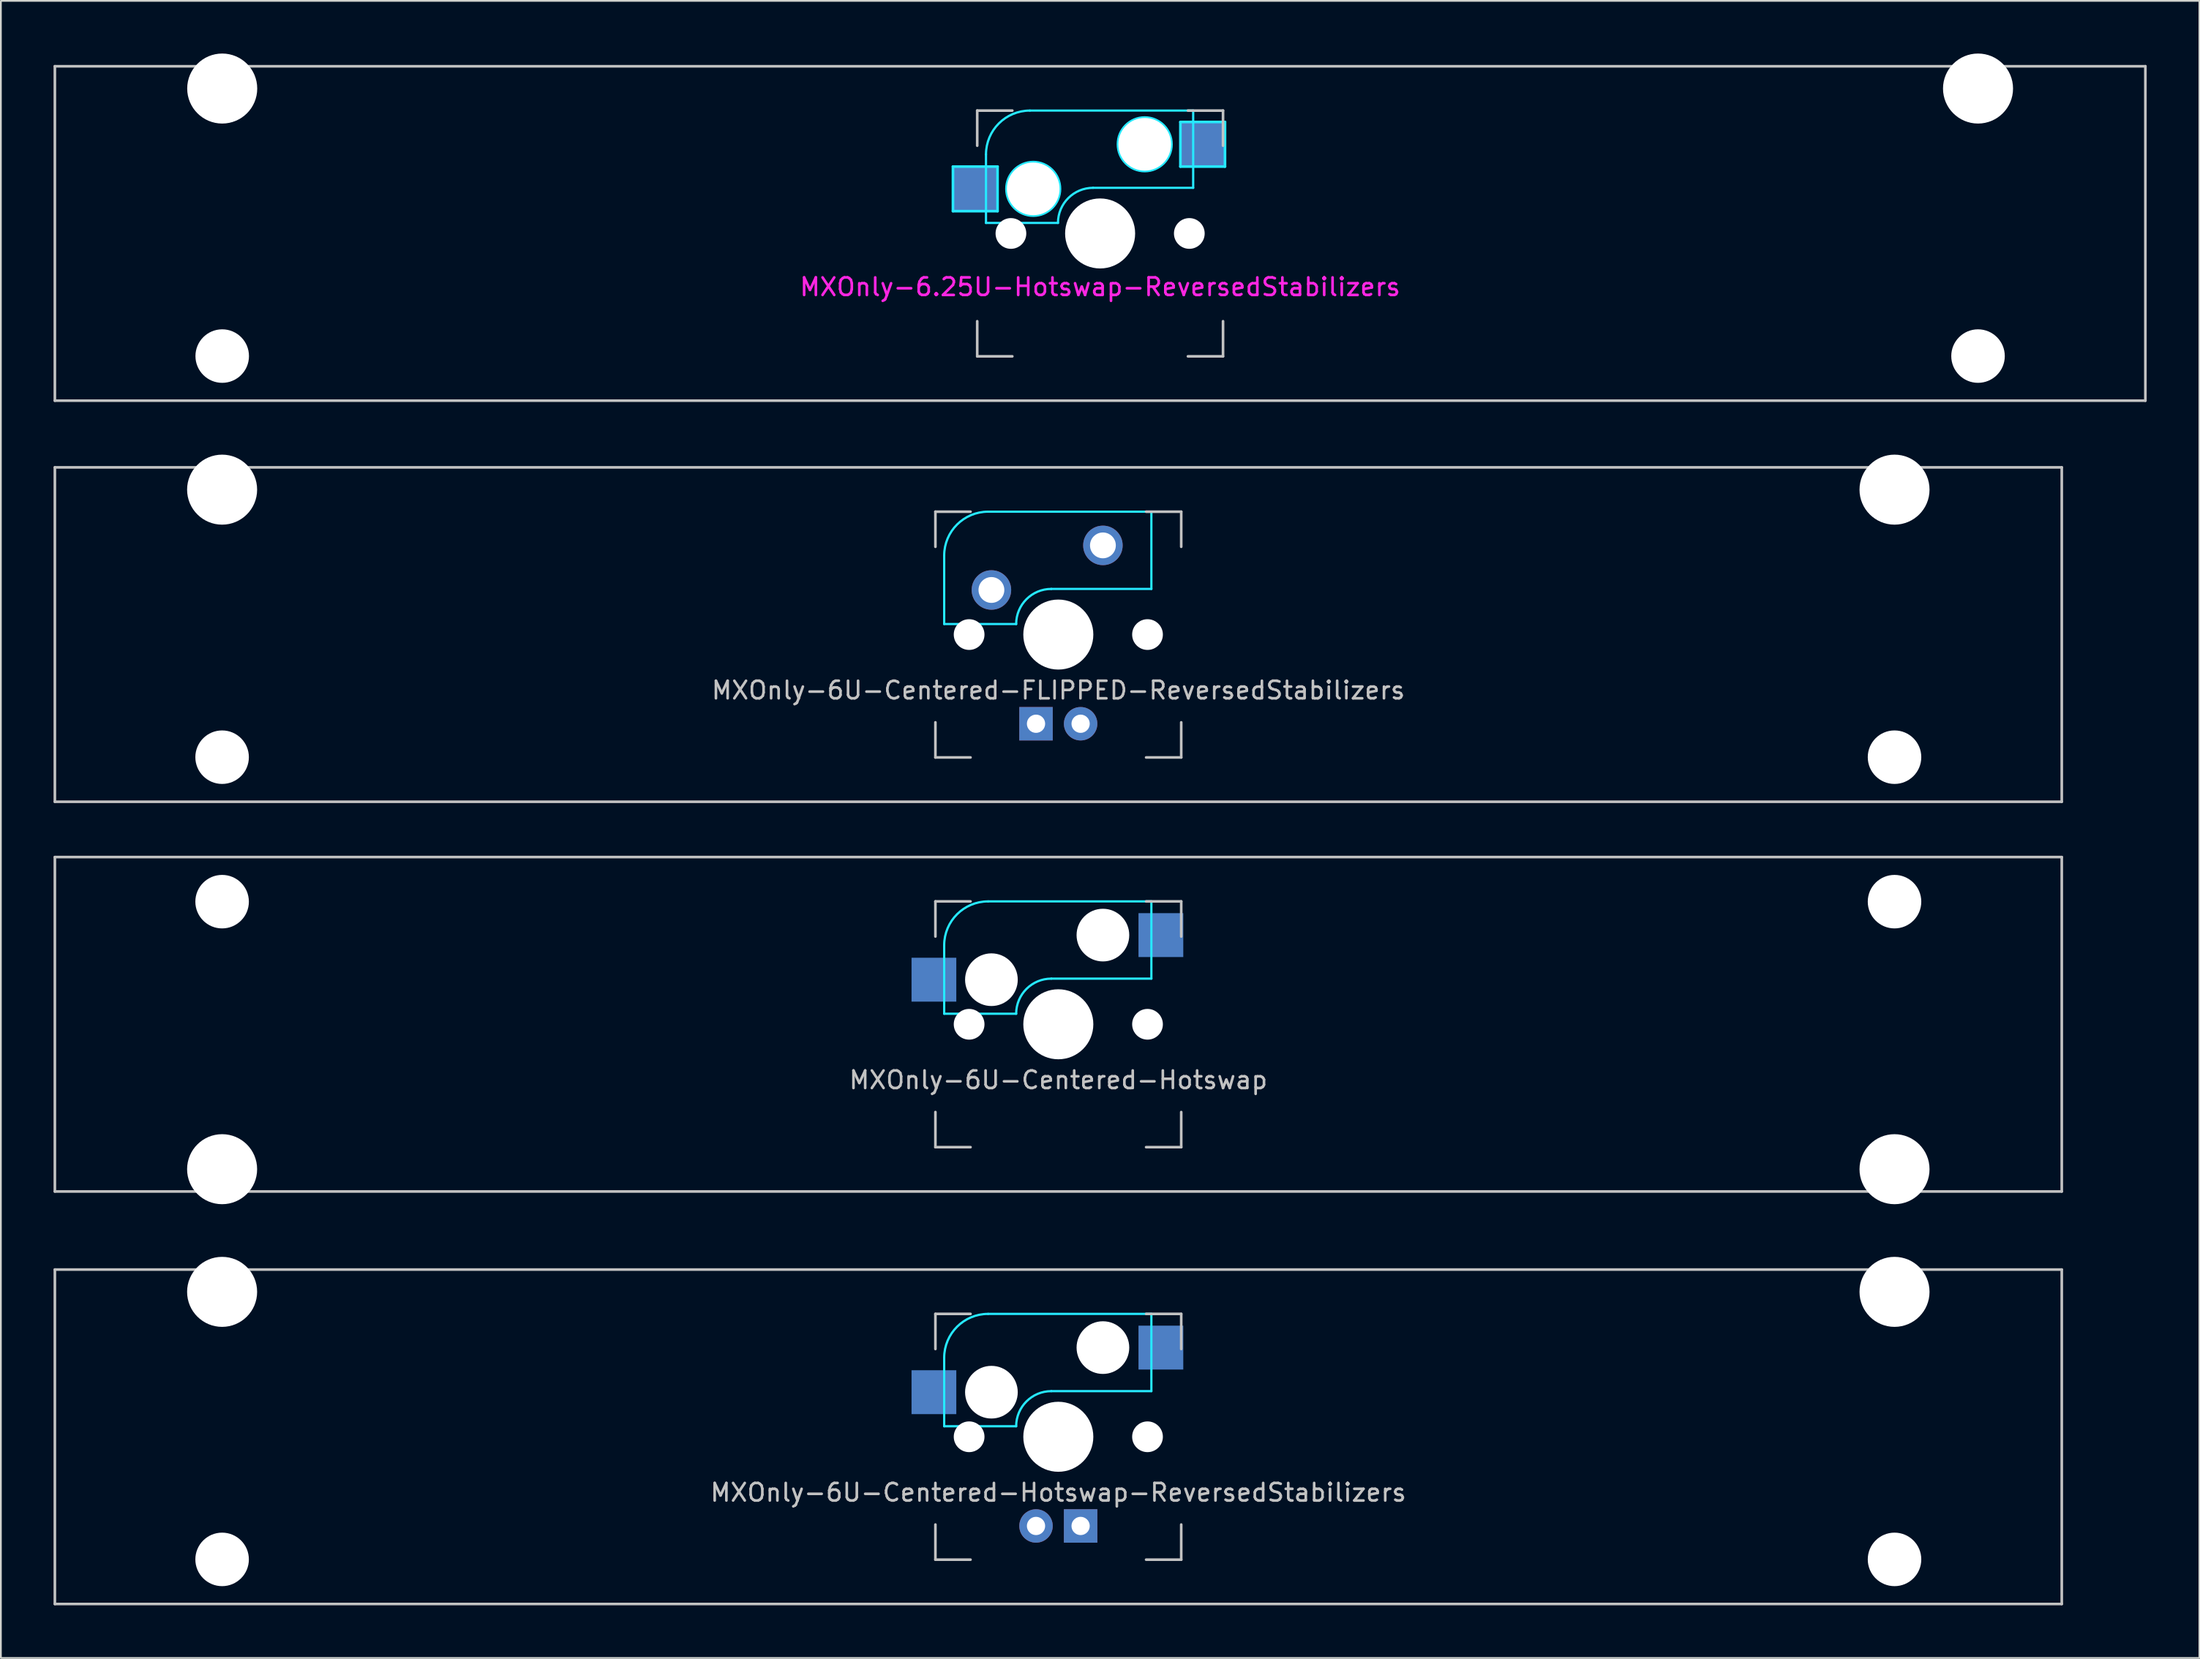
<source format=kicad_pcb>
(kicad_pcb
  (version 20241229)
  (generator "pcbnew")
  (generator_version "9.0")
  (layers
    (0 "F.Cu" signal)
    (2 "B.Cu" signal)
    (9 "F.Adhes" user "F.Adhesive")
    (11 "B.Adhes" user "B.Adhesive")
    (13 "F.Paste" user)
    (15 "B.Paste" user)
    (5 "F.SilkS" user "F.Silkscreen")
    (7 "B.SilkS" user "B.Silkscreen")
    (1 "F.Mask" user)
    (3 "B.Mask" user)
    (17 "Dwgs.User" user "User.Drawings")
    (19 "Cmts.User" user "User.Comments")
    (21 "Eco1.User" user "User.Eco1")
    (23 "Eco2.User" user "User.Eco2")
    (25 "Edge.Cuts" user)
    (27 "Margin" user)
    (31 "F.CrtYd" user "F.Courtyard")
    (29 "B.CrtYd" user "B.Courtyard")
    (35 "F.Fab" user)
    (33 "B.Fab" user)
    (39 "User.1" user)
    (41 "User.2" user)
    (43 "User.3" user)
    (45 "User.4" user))
  (footprint "MXOnly-6U-Centered-Hotswap"
    (layer "F.Cu")
    (at 57.225 55.298)
    (property "Reference" "MXOnly-6U-Centered-Hotswap" (at 0 3.175 0) (layer "Dwgs.User") (effects (font (size 1 1) (thickness 0.15))))
    (attr through_hole)
    (fp_line (start -57.15 -9.525) (end 57.15 -9.525) (stroke (width 0.15) (type solid)) (layer "Dwgs.User"))
    (fp_line (start -57.15 9.525) (end -57.15 -9.525) (stroke (width 0.15) (type solid)) (layer "Dwgs.User"))
    (fp_line (start -57.15 9.525) (end 57.15 9.525) (stroke (width 0.15) (type solid)) (layer "Dwgs.User"))
    (fp_line (start -7 -7) (end -7 -5) (stroke (width 0.15) (type solid)) (layer "Dwgs.User"))
    (fp_line (start -7 5) (end -7 7) (stroke (width 0.15) (type solid)) (layer "Dwgs.User"))
    (fp_line (start -7 7) (end -5 7) (stroke (width 0.15) (type solid)) (layer "Dwgs.User"))
    (fp_line (start -5 -7) (end -7 -7) (stroke (width 0.15) (type solid)) (layer "Dwgs.User"))
    (fp_line (start 5 -7) (end 7 -7) (stroke (width 0.15) (type solid)) (layer "Dwgs.User"))
    (fp_line (start 5 7) (end 7 7) (stroke (width 0.15) (type solid)) (layer "Dwgs.User"))
    (fp_line (start 7 -7) (end 7 -5) (stroke (width 0.15) (type solid)) (layer "Dwgs.User"))
    (fp_line (start 7 7) (end 7 5) (stroke (width 0.15) (type solid)) (layer "Dwgs.User"))
    (fp_line (start 57.15 -9.525) (end 57.15 9.525) (stroke (width 0.15) (type solid)) (layer "Dwgs.User"))
    (fp_line (start -6.5 -4.5) (end -6.5 -0.6) (stroke (width 0.127) (type solid)) (layer "B.CrtYd"))
    (fp_line (start -6.5 -0.6) (end -2.4 -0.6) (stroke (width 0.127) (type solid)) (layer "B.CrtYd"))
    (fp_line (start -0.4 -2.6) (end 5.3 -2.6) (stroke (width 0.127) (type solid)) (layer "B.CrtYd"))
    (fp_line (start 5.3 -7) (end -4 -7) (stroke (width 0.127) (type solid)) (layer "B.CrtYd"))
    (fp_line (start 5.3 -7) (end 5.3 -2.6) (stroke (width 0.127) (type solid)) (layer "B.CrtYd"))
    (fp_arc (start -6.5 -4.5) (mid -5.767767 -6.267767) (end -4 -7) (stroke (width 0.127) (type solid)) (layer "B.CrtYd"))
    (fp_arc (start -2.4 -0.6) (mid -1.814214 -2.014214) (end -0.4 -2.6) (stroke (width 0.127) (type solid)) (layer "B.CrtYd"))
    (pad "" np_thru_hole circle (at -47.625 -6.985) (size 3.048 3.048) (drill 3.048) (layers "*.Cu" "*.Mask"))
    (pad "" np_thru_hole circle (at -47.625 8.255) (size 3.988 3.988) (drill 3.988) (layers "*.Cu" "*.Mask"))
    (pad "" np_thru_hole circle (at -5.08 0 48.1) (size 1.75 1.75) (drill 1.75) (layers "*.Cu" "*.Mask"))
    (pad "" np_thru_hole circle (at -3.81 -2.54) (size 3 3) (drill 3) (layers "*.Cu" "*.Mask"))
    (pad "" np_thru_hole circle (at 0 0) (size 3.988 3.988) (drill 3.988) (layers "*.Cu" "*.Mask"))
    (pad "" np_thru_hole circle (at 2.54 -5.08) (size 3 3) (drill 3) (layers "*.Cu" "*.Mask"))
    (pad "" np_thru_hole circle (at 5.08 0 48.1) (size 1.75 1.75) (drill 1.75) (layers "*.Cu" "*.Mask"))
    (pad "" np_thru_hole circle (at 47.625 -6.985) (size 3.048 3.048) (drill 3.048) (layers "*.Cu" "*.Mask"))
    (pad "" np_thru_hole circle (at 47.625 8.255) (size 3.988 3.988) (drill 3.988) (layers "*.Cu" "*.Mask"))
    (pad "1" smd rect (at -7.085 -2.54) (size 2.55 2.5) (layers "B.Cu" "B.Mask" "B.Paste"))
    (pad "2" smd rect (at 5.842 -5.08) (size 2.55 2.5) (layers "B.Cu" "B.Mask" "B.Paste")))
  (footprint "MXOnly-6U-Centered-Hotswap-ReversedStabilizers"
    (layer "F.Cu")
    (at 57.225 78.796)
    (property "Reference" "MXOnly-6U-Centered-Hotswap-ReversedStabilizers" (at 0 3.175 0) (layer "Dwgs.User") (effects (font (size 1 1) (thickness 0.15))))
    (attr through_hole)
    (fp_line (start -57.15 -9.525) (end 57.15 -9.525) (stroke (width 0.15) (type solid)) (layer "Dwgs.User"))
    (fp_line (start -57.15 9.525) (end -57.15 -9.525) (stroke (width 0.15) (type solid)) (layer "Dwgs.User"))
    (fp_line (start -57.15 9.525) (end 57.15 9.525) (stroke (width 0.15) (type solid)) (layer "Dwgs.User"))
    (fp_line (start -7 -7) (end -7 -5) (stroke (width 0.15) (type solid)) (layer "Dwgs.User"))
    (fp_line (start -7 5) (end -7 7) (stroke (width 0.15) (type solid)) (layer "Dwgs.User"))
    (fp_line (start -7 7) (end -5 7) (stroke (width 0.15) (type solid)) (layer "Dwgs.User"))
    (fp_line (start -5 -7) (end -7 -7) (stroke (width 0.15) (type solid)) (layer "Dwgs.User"))
    (fp_line (start 5 -7) (end 7 -7) (stroke (width 0.15) (type solid)) (layer "Dwgs.User"))
    (fp_line (start 5 7) (end 7 7) (stroke (width 0.15) (type solid)) (layer "Dwgs.User"))
    (fp_line (start 7 -7) (end 7 -5) (stroke (width 0.15) (type solid)) (layer "Dwgs.User"))
    (fp_line (start 7 7) (end 7 5) (stroke (width 0.15) (type solid)) (layer "Dwgs.User"))
    (fp_line (start 57.15 -9.525) (end 57.15 9.525) (stroke (width 0.15) (type solid)) (layer "Dwgs.User"))
    (fp_line (start -6.5 -4.5) (end -6.5 -0.6) (stroke (width 0.127) (type solid)) (layer "B.CrtYd"))
    (fp_line (start -6.5 -0.6) (end -2.4 -0.6) (stroke (width 0.127) (type solid)) (layer "B.CrtYd"))
    (fp_line (start -0.4 -2.6) (end 5.3 -2.6) (stroke (width 0.127) (type solid)) (layer "B.CrtYd"))
    (fp_line (start 5.3 -7) (end -4 -7) (stroke (width 0.127) (type solid)) (layer "B.CrtYd"))
    (fp_line (start 5.3 -7) (end 5.3 -2.6) (stroke (width 0.127) (type solid)) (layer "B.CrtYd"))
    (fp_arc (start -6.5 -4.5) (mid -5.767767 -6.267767) (end -4 -7) (stroke (width 0.127) (type solid)) (layer "B.CrtYd"))
    (fp_arc (start -2.4 -0.6) (mid -1.814214 -2.014214) (end -0.4 -2.6) (stroke (width 0.127) (type solid)) (layer "B.CrtYd"))
    (pad "" np_thru_hole circle (at -47.625 -8.255) (size 3.988 3.988) (drill 3.988) (layers "*.Cu" "*.Mask"))
    (pad "" np_thru_hole circle (at -47.625 6.985) (size 3.048 3.048) (drill 3.048) (layers "*.Cu" "*.Mask"))
    (pad "" np_thru_hole circle (at -5.08 0 48.1) (size 1.75 1.75) (drill 1.75) (layers "*.Cu" "*.Mask"))
    (pad "" np_thru_hole circle (at -3.81 -2.54) (size 3 3) (drill 3) (layers "*.Cu" "*.Mask"))
    (pad "" np_thru_hole circle (at 0 0) (size 3.988 3.988) (drill 3.988) (layers "*.Cu" "*.Mask"))
    (pad "" np_thru_hole circle (at 2.54 -5.08) (size 3 3) (drill 3) (layers "*.Cu" "*.Mask"))
    (pad "" np_thru_hole circle (at 5.08 0 48.1) (size 1.75 1.75) (drill 1.75) (layers "*.Cu" "*.Mask"))
    (pad "" np_thru_hole circle (at 47.625 -8.255) (size 3.988 3.988) (drill 3.988) (layers "*.Cu" "*.Mask"))
    (pad "" np_thru_hole circle (at 47.625 6.985) (size 3.048 3.048) (drill 3.048) (layers "*.Cu" "*.Mask"))
    (pad "1" smd rect (at -7.085 -2.54) (size 2.55 2.5) (layers "B.Cu" "B.Mask" "B.Paste"))
    (pad "2" smd rect (at 5.842 -5.08) (size 2.55 2.5) (layers "B.Cu" "B.Mask" "B.Paste"))
    (pad "3" thru_hole circle (at -1.27 5.08) (size 1.905 1.905) (drill 1.04) (layers "*.Cu" "B.Mask"))
    (pad "4" thru_hole rect (at 1.27 5.08) (size 1.905 1.905) (drill 1.04) (layers "*.Cu" "B.Mask")))
  (footprint "MXOnly-6.25U-Hotswap-ReversedStabilizers"
    (layer "F.Cu")
    (at 59.606 10.249)
    (property "Reference" "MXOnly-6.25U-Hotswap-ReversedStabilizers" (at 0 3.048 0) (layer "F.CrtYd") (effects (font (size 1 1) (thickness 0.15))))
    (attr smd)
    (fp_line (start -59.531 -9.525) (end 59.531 -9.525) (stroke (width 0.15) (type solid)) (layer "Dwgs.User"))
    (fp_line (start -59.531 9.525) (end -59.531 -9.525) (stroke (width 0.15) (type solid)) (layer "Dwgs.User"))
    (fp_line (start -7 -7) (end -7 -5) (stroke (width 0.15) (type solid)) (layer "Dwgs.User"))
    (fp_line (start -7 5) (end -7 7) (stroke (width 0.15) (type solid)) (layer "Dwgs.User"))
    (fp_line (start -7 7) (end -5 7) (stroke (width 0.15) (type solid)) (layer "Dwgs.User"))
    (fp_line (start -5 -7) (end -7 -7) (stroke (width 0.15) (type solid)) (layer "Dwgs.User"))
    (fp_line (start 5 -7) (end 7 -7) (stroke (width 0.15) (type solid)) (layer "Dwgs.User"))
    (fp_line (start 5 7) (end 7 7) (stroke (width 0.15) (type solid)) (layer "Dwgs.User"))
    (fp_line (start 7 -7) (end 7 -5) (stroke (width 0.15) (type solid)) (layer "Dwgs.User"))
    (fp_line (start 7 7) (end 7 5) (stroke (width 0.15) (type solid)) (layer "Dwgs.User"))
    (fp_line (start 59.531 -9.525) (end 59.531 9.525) (stroke (width 0.15) (type solid)) (layer "Dwgs.User"))
    (fp_line (start 59.531 9.525) (end -59.531 9.525) (stroke (width 0.15) (type solid)) (layer "Dwgs.User"))
    (fp_line (start -8.382 -3.81) (end -5.842 -3.81) (stroke (width 0.15) (type solid)) (layer "B.CrtYd"))
    (fp_line (start -8.382 -1.27) (end -8.382 -3.81) (stroke (width 0.15) (type solid)) (layer "B.CrtYd"))
    (fp_line (start -6.5 -4.5) (end -6.5 -0.6) (stroke (width 0.127) (type solid)) (layer "B.CrtYd"))
    (fp_line (start -6.5 -0.6) (end -2.4 -0.6) (stroke (width 0.127) (type solid)) (layer "B.CrtYd"))
    (fp_line (start -5.842 -3.81) (end -5.842 -1.27) (stroke (width 0.15) (type solid)) (layer "B.CrtYd"))
    (fp_line (start -5.842 -1.27) (end -8.382 -1.27) (stroke (width 0.15) (type solid)) (layer "B.CrtYd"))
    (fp_line (start -0.4 -2.6) (end 5.3 -2.6) (stroke (width 0.127) (type solid)) (layer "B.CrtYd"))
    (fp_line (start 4.572 -6.35) (end 7.112 -6.35) (stroke (width 0.15) (type solid)) (layer "B.CrtYd"))
    (fp_line (start 4.572 -3.81) (end 4.572 -6.35) (stroke (width 0.15) (type solid)) (layer "B.CrtYd"))
    (fp_line (start 5.3 -7) (end -4 -7) (stroke (width 0.127) (type solid)) (layer "B.CrtYd"))
    (fp_line (start 5.3 -7) (end 5.3 -2.6) (stroke (width 0.127) (type solid)) (layer "B.CrtYd"))
    (fp_line (start 7.112 -6.35) (end 7.112 -3.81) (stroke (width 0.15) (type solid)) (layer "B.CrtYd"))
    (fp_line (start 7.112 -3.81) (end 4.572 -3.81) (stroke (width 0.15) (type solid)) (layer "B.CrtYd"))
    (fp_arc (start -6.5 -4.5) (mid -5.767767 -6.267767) (end -4 -7) (stroke (width 0.127) (type solid)) (layer "B.CrtYd"))
    (fp_arc (start -2.4 -0.6) (mid -1.814214 -2.014214) (end -0.4 -2.6) (stroke (width 0.127) (type solid)) (layer "B.CrtYd"))
    (fp_circle (center -3.81 -2.54) (end -3.81 -4.064) (stroke (width 0.15) (type solid)) (fill no) (layer "B.CrtYd"))
    (fp_circle (center 2.54 -5.08) (end 2.54 -6.604) (stroke (width 0.15) (type solid)) (fill no) (layer "B.CrtYd"))
    (pad "" np_thru_hole circle (at -50 -8.255) (size 3.988 3.988) (drill 3.988) (layers "*.Cu" "*.Mask"))
    (pad "" np_thru_hole circle (at -50 6.985) (size 3.048 3.048) (drill 3.048) (layers "*.Cu" "*.Mask"))
    (pad "" np_thru_hole circle (at -5.08 0 48.1) (size 1.75 1.75) (drill 1.75) (layers "*.Cu" "*.Mask"))
    (pad "" np_thru_hole circle (at -3.81 -2.54) (size 3 3) (drill 3) (layers "*.Cu" "*.Mask"))
    (pad "" np_thru_hole circle (at 0 0) (size 3.988 3.988) (drill 3.988) (layers "*.Cu" "*.Mask"))
    (pad "" np_thru_hole circle (at 2.54 -5.08) (size 3 3) (drill 3) (layers "*.Cu" "*.Mask"))
    (pad "" np_thru_hole circle (at 5.08 0 48.1) (size 1.75 1.75) (drill 1.75) (layers "*.Cu" "*.Mask"))
    (pad "" np_thru_hole circle (at 50 -8.255) (size 3.988 3.988) (drill 3.988) (layers "*.Cu" "*.Mask"))
    (pad "" np_thru_hole circle (at 50 6.985) (size 3.048 3.048) (drill 3.048) (layers "*.Cu" "*.Mask"))
    (pad "1" smd rect (at -7.085 -2.54) (size 2.55 2.5) (layers "B.Cu" "B.Mask" "B.Paste"))
    (pad "2" smd rect (at 5.842 -5.08) (size 2.55 2.5) (layers "B.Cu" "B.Mask" "B.Paste")))
  (footprint "MXOnly-6U-Centered-FLIPPED-ReversedStabilizers"
    (layer "F.Cu")
    (at 57.225 33.098)
    (property "Reference" "MXOnly-6U-Centered-FLIPPED-ReversedStabilizers" (at 0 3.175 0) (layer "Dwgs.User") (effects (font (size 1 1) (thickness 0.15))))
    (attr through_hole)
    (fp_line (start -57.15 -9.525) (end 57.15 -9.525) (stroke (width 0.15) (type solid)) (layer "Dwgs.User"))
    (fp_line (start -57.15 9.525) (end -57.15 -9.525) (stroke (width 0.15) (type solid)) (layer "Dwgs.User"))
    (fp_line (start -57.15 9.525) (end 57.15 9.525) (stroke (width 0.15) (type solid)) (layer "Dwgs.User"))
    (fp_line (start -7 -7) (end -7 -5) (stroke (width 0.15) (type solid)) (layer "Dwgs.User"))
    (fp_line (start -7 5) (end -7 7) (stroke (width 0.15) (type solid)) (layer "Dwgs.User"))
    (fp_line (start -7 7) (end -5 7) (stroke (width 0.15) (type solid)) (layer "Dwgs.User"))
    (fp_line (start -5 -7) (end -7 -7) (stroke (width 0.15) (type solid)) (layer "Dwgs.User"))
    (fp_line (start 5 -7) (end 7 -7) (stroke (width 0.15) (type solid)) (layer "Dwgs.User"))
    (fp_line (start 5 7) (end 7 7) (stroke (width 0.15) (type solid)) (layer "Dwgs.User"))
    (fp_line (start 7 -7) (end 7 -5) (stroke (width 0.15) (type solid)) (layer "Dwgs.User"))
    (fp_line (start 7 7) (end 7 5) (stroke (width 0.15) (type solid)) (layer "Dwgs.User"))
    (fp_line (start 57.15 -9.525) (end 57.15 9.525) (stroke (width 0.15) (type solid)) (layer "Dwgs.User"))
    (fp_line (start -6.5 -4.5) (end -6.5 -0.6) (stroke (width 0.127) (type solid)) (layer "B.CrtYd"))
    (fp_line (start -6.5 -0.6) (end -2.4 -0.6) (stroke (width 0.127) (type solid)) (layer "B.CrtYd"))
    (fp_line (start -0.4 -2.6) (end 5.3 -2.6) (stroke (width 0.127) (type solid)) (layer "B.CrtYd"))
    (fp_line (start 5.3 -7) (end -4 -7) (stroke (width 0.127) (type solid)) (layer "B.CrtYd"))
    (fp_line (start 5.3 -7) (end 5.3 -2.6) (stroke (width 0.127) (type solid)) (layer "B.CrtYd"))
    (fp_arc (start -6.5 -4.5) (mid -5.767767 -6.267767) (end -4 -7) (stroke (width 0.127) (type solid)) (layer "B.CrtYd"))
    (fp_arc (start -2.4 -0.6) (mid -1.814214 -2.014214) (end -0.4 -2.6) (stroke (width 0.127) (type solid)) (layer "B.CrtYd"))
    (pad "" np_thru_hole circle (at -47.625 -8.255) (size 3.988 3.988) (drill 3.988) (layers "*.Cu" "*.Mask"))
    (pad "" np_thru_hole circle (at -47.625 6.985) (size 3.048 3.048) (drill 3.048) (layers "*.Cu" "*.Mask"))
    (pad "" np_thru_hole circle (at -5.08 0 48.1) (size 1.75 1.75) (drill 1.75) (layers "*.Cu" "*.Mask"))
    (pad "" np_thru_hole circle (at 0 0) (size 3.988 3.988) (drill 3.988) (layers "*.Cu" "*.Mask"))
    (pad "" np_thru_hole circle (at 5.08 0 48.1) (size 1.75 1.75) (drill 1.75) (layers "*.Cu" "*.Mask"))
    (pad "" np_thru_hole circle (at 47.625 -8.255) (size 3.988 3.988) (drill 3.988) (layers "*.Cu" "*.Mask"))
    (pad "" np_thru_hole circle (at 47.625 6.985) (size 3.048 3.048) (drill 3.048) (layers "*.Cu" "*.Mask"))
    (pad "1" thru_hole circle (at -3.81 -2.54) (size 2.25 2.25) (drill 1.47) (layers "*.Cu" "B.Mask"))
    (pad "2" thru_hole circle (at 2.54 -5.08) (size 2.25 2.25) (drill 1.47) (layers "*.Cu" "B.Mask"))
    (pad "3" thru_hole circle (at 1.27 5.08) (size 1.905 1.905) (drill 1.04) (layers "*.Cu" "B.Mask"))
    (pad "4" thru_hole rect (at -1.27 5.08) (size 1.905 1.905) (drill 1.04) (layers "*.Cu" "B.Mask")))
  (gr_rect
    (start -3 -3)
    (end 122.213 91.396)
    (stroke (width 0.1) (type default))
    (fill no)
    (layer "Edge.Cuts")))
</source>
